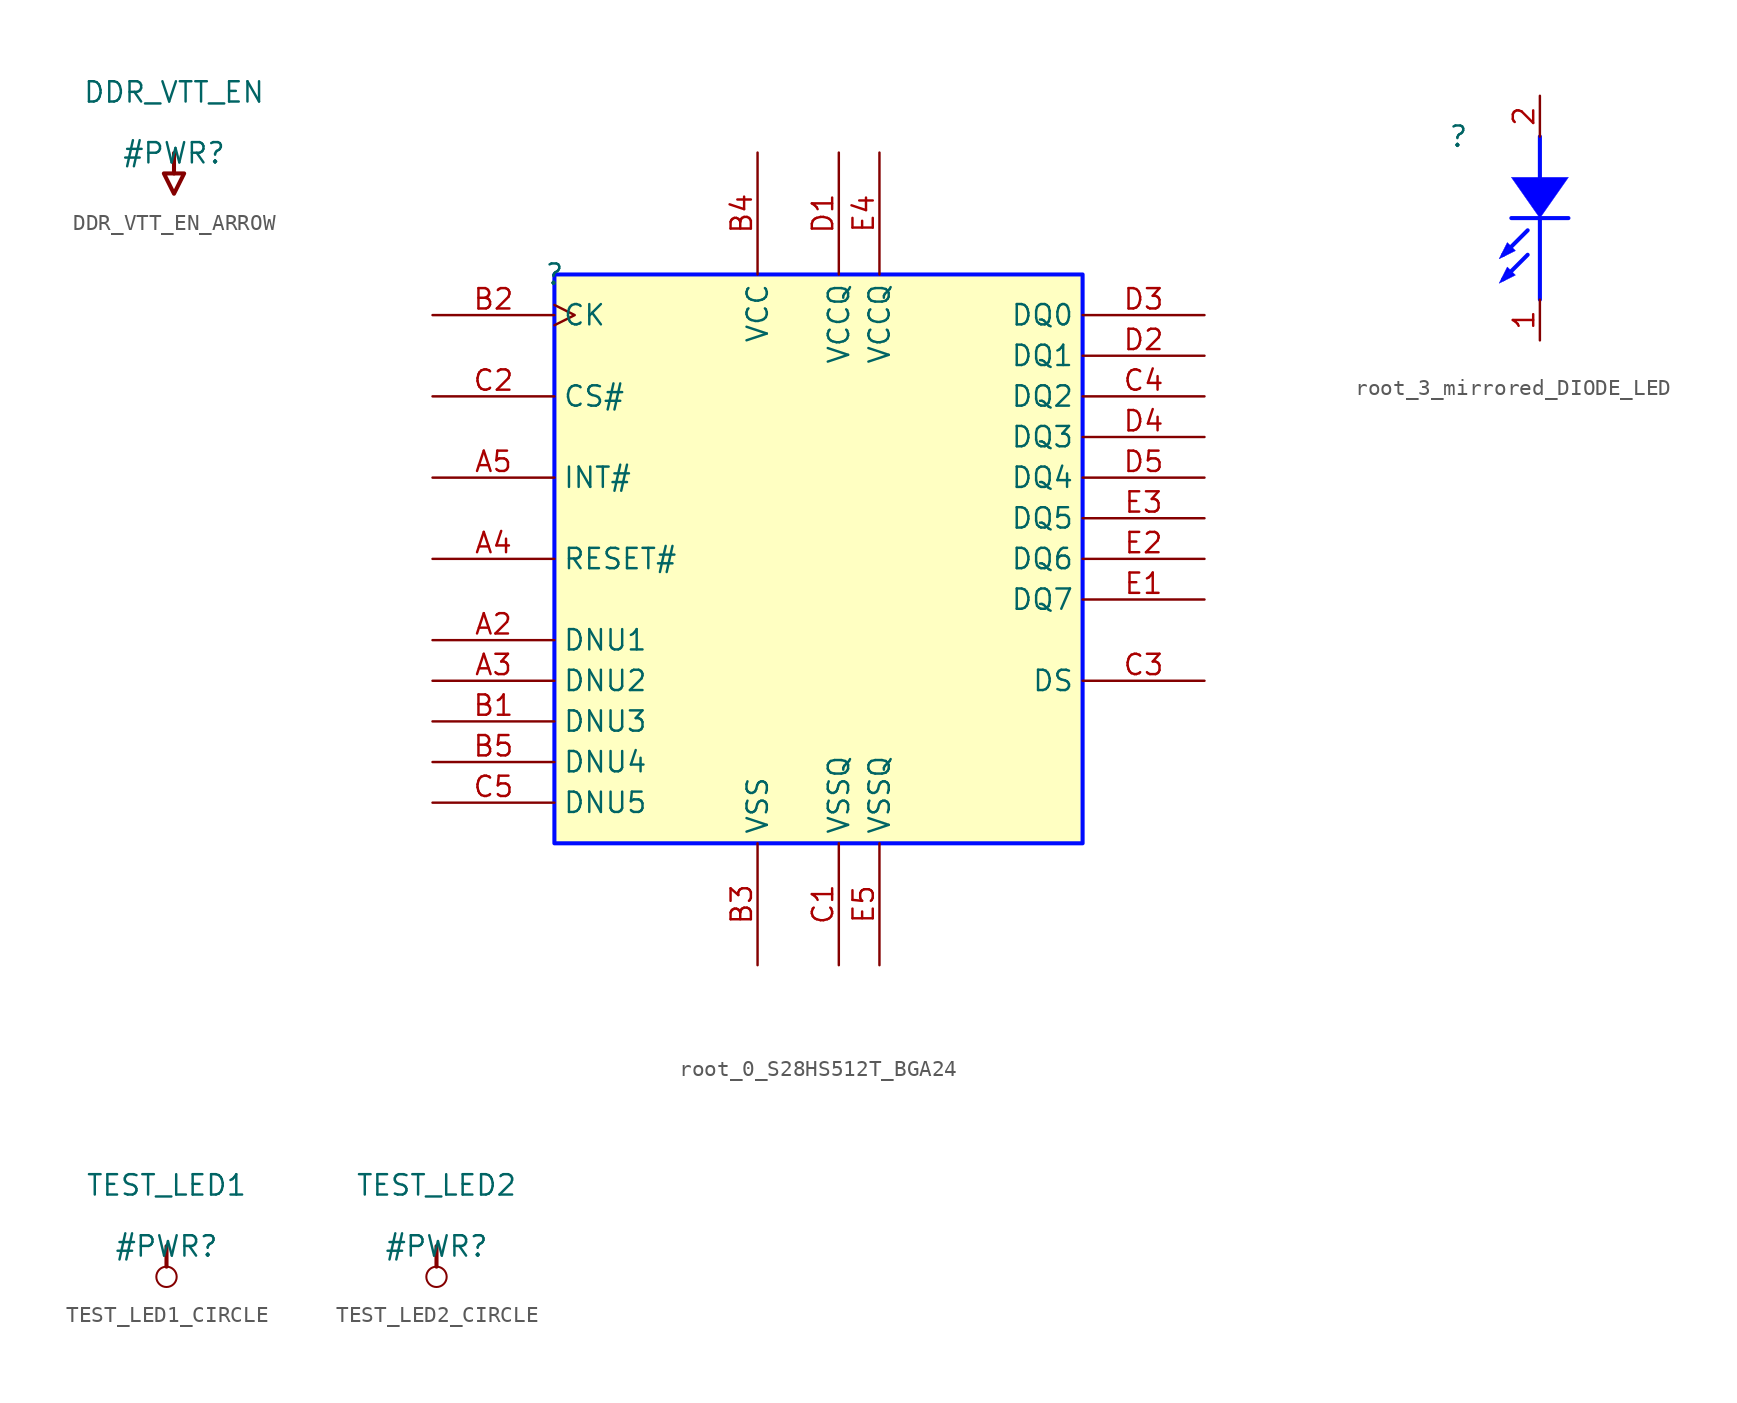
<source format=kicad_sym>
(kicad_symbol_lib
  (version 20231120)
  (generator "kicad_symbol_editor")
  (generator_version "8.0")
  (symbol "DDR_VTT_EN_ARROW"
    (power)
    (property "Reference" "#PWR"
      (at 0 0 0)
      (effects (font (size 1.27 1.27))))
    (property "Value" "DDR_VTT_EN"
      (at 0 3.81 0)
      (effects (font (size 1.27 1.27))))
    (symbol "DDR_VTT_EN_ARROW_0_0"
      (polyline (pts (xy 0 0) (xy 0 -1.27)) (stroke (width 0.254) (type solid)) (fill (type none)))
      (polyline (pts (xy -0.635 -1.27) (xy 0.635 -1.27) (xy 0 -2.54) (xy -0.635 -1.27)) (stroke (width 0.254) (type solid)) (fill (type none)))
      (pin power_in line (at 0 0 0) (length 0) hide (name "DDR_VTT_EN" (effects (font (size 1.27 1.27)))) (number "" (effects (font (size 1.27 1.27)))))))
  (symbol "root_0_S28HS512T_BGA24"
    (property "Reference" ""
      (at 0 0 0)
      (effects (font (size 1.27 1.27))))
    (property "Value" ""
      (at 0 0 0)
      (effects (font (size 1.27 1.27))))
    (symbol "root_0_S28HS512T_BGA24_1_0"
      (rectangle (start 33.02 0) (end 0 -35.56) (stroke (width 0.254) (type solid) (color 0 11 255 1)) (fill (type background)))
      (pin passive line (at -7.62 -22.86 0) (length 7.62) (name "DNU1" (effects (font (size 1.27 1.27)))) (number "A2" (effects (font (size 1.27 1.27)))))
      (pin passive line (at -7.62 -25.4 0) (length 7.62) (name "DNU2" (effects (font (size 1.27 1.27)))) (number "A3" (effects (font (size 1.27 1.27)))))
      (pin passive line (at -7.62 -17.78 0) (length 7.62) (name "RESET#" (effects (font (size 1.27 1.27)))) (number "A4" (effects (font (size 1.27 1.27)))))
      (pin passive line (at -7.62 -12.7 0) (length 7.62) (name "INT#" (effects (font (size 1.27 1.27)))) (number "A5" (effects (font (size 1.27 1.27)))))
      (pin passive line (at -7.62 -27.94 0) (length 7.62) (name "DNU3" (effects (font (size 1.27 1.27)))) (number "B1" (effects (font (size 1.27 1.27)))))
      (pin passive clock (at -7.62 -2.54 0) (length 7.62) (name "CK" (effects (font (size 1.27 1.27)))) (number "B2" (effects (font (size 1.27 1.27)))))
      (pin power_in line (at 12.7 -43.18 90) (length 7.62) (name "VSS" (effects (font (size 1.27 1.27)))) (number "B3" (effects (font (size 1.27 1.27)))))
      (pin power_in line (at 12.7 7.62 270) (length 7.62) (name "VCC" (effects (font (size 1.27 1.27)))) (number "B4" (effects (font (size 1.27 1.27)))))
      (pin passive line (at -7.62 -30.48 0) (length 7.62) (name "DNU4" (effects (font (size 1.27 1.27)))) (number "B5" (effects (font (size 1.27 1.27)))))
      (pin power_in line (at 17.78 -43.18 90) (length 7.62) (name "VSSQ" (effects (font (size 1.27 1.27)))) (number "C1" (effects (font (size 1.27 1.27)))))
      (pin passive line (at -7.62 -7.62 0) (length 7.62) (name "CS#" (effects (font (size 1.27 1.27)))) (number "C2" (effects (font (size 1.27 1.27)))))
      (pin passive line (at 40.64 -25.4 180) (length 7.62) (name "DS" (effects (font (size 1.27 1.27)))) (number "C3" (effects (font (size 1.27 1.27)))))
      (pin bidirectional line (at 40.64 -7.62 180) (length 7.62) (name "DQ2" (effects (font (size 1.27 1.27)))) (number "C4" (effects (font (size 1.27 1.27)))))
      (pin passive line (at -7.62 -33.02 0) (length 7.62) (name "DNU5" (effects (font (size 1.27 1.27)))) (number "C5" (effects (font (size 1.27 1.27)))))
      (pin power_in line (at 17.78 7.62 270) (length 7.62) (name "VCCQ" (effects (font (size 1.27 1.27)))) (number "D1" (effects (font (size 1.27 1.27)))))
      (pin bidirectional line (at 40.64 -5.08 180) (length 7.62) (name "DQ1" (effects (font (size 1.27 1.27)))) (number "D2" (effects (font (size 1.27 1.27)))))
      (pin bidirectional line (at 40.64 -2.54 180) (length 7.62) (name "DQ0" (effects (font (size 1.27 1.27)))) (number "D3" (effects (font (size 1.27 1.27)))))
      (pin bidirectional line (at 40.64 -10.16 180) (length 7.62) (name "DQ3" (effects (font (size 1.27 1.27)))) (number "D4" (effects (font (size 1.27 1.27)))))
      (pin bidirectional line (at 40.64 -12.7 180) (length 7.62) (name "DQ4" (effects (font (size 1.27 1.27)))) (number "D5" (effects (font (size 1.27 1.27)))))
      (pin bidirectional line (at 40.64 -20.32 180) (length 7.62) (name "DQ7" (effects (font (size 1.27 1.27)))) (number "E1" (effects (font (size 1.27 1.27)))))
      (pin bidirectional line (at 40.64 -17.78 180) (length 7.62) (name "DQ6" (effects (font (size 1.27 1.27)))) (number "E2" (effects (font (size 1.27 1.27)))))
      (pin bidirectional line (at 40.64 -15.24 180) (length 7.62) (name "DQ5" (effects (font (size 1.27 1.27)))) (number "E3" (effects (font (size 1.27 1.27)))))
      (pin power_in line (at 20.32 7.62 270) (length 7.62) (name "VCCQ" (effects (font (size 1.27 1.27)))) (number "E4" (effects (font (size 1.27 1.27)))))
      (pin power_in line (at 20.32 -43.18 90) (length 7.62) (name "VSSQ" (effects (font (size 1.27 1.27)))) (number "E5" (effects (font (size 1.27 1.27)))))))
  (symbol "root_3_mirrored_DIODE_LED"
    (property "Reference" ""
      (at 0 0 0)
      (effects (font (size 1.27 1.27))))
    (property "Value" ""
      (at 0 0 0)
      (effects (font (size 1.27 1.27))))
    (symbol "root_3_mirrored_DIODE_LED_1_0"
      (polyline (pts (xy 2.794 -8.89) (xy 4.318 -7.366)) (stroke (width 0.254) (type solid) (color 0 11 255 1)) (fill (type none)))
      (polyline (pts (xy 2.794 -7.366) (xy 4.318 -5.842)) (stroke (width 0.254) (type solid) (color 0 11 255 1)) (fill (type none)))
      (polyline (pts (xy 3.302 -5.08) (xy 6.858 -5.08)) (stroke (width 0.254) (type solid) (color 0 11 255 1)) (fill (type none)))
      (polyline (pts (xy 5.08 -5.08) (xy 5.08 -10.16)) (stroke (width 0.254) (type solid) (color 0 11 255 1)) (fill (type none)))
      (polyline (pts (xy 5.08 0) (xy 5.08 -2.54)) (stroke (width 0.254) (type solid) (color 0 11 255 1)) (fill (type none)))
      (polyline (pts (xy 3.048 -8.128) (xy 3.048 -8.128) (xy 2.54 -9.144) (xy 3.556 -8.636) (xy 3.048 -8.128) (xy 3.048 -8.128)) (stroke (width 0.025) (type solid) (color 0 11 255 1)) (fill (type color) (color 0 0 255 1)))
      (polyline (pts (xy 3.048 -6.604) (xy 3.048 -6.604) (xy 2.54 -7.62) (xy 3.556 -7.112) (xy 3.048 -6.604) (xy 3.048 -6.604)) (stroke (width 0.025) (type solid) (color 0 11 255 1)) (fill (type color) (color 0 0 255 1)))
      (polyline (pts (xy 5.08 -5.08) (xy 5.08 -5.08) (xy 6.858 -2.54) (xy 3.302 -2.54) (xy 5.08 -5.08) (xy 5.08 -5.08)) (stroke (width 0.025) (type solid) (color 0 11 255 1)) (fill (type color) (color 0 0 255 1)))
      (pin passive line (at 5.08 -12.7 90) (length 2.54) (name "CATHODE" (effects (font (size 0 0)))) (number "1" (effects (font (size 1.27 1.27)))))
      (pin passive line (at 5.08 2.54 270) (length 2.54) (name "ANODE" (effects (font (size 0 0)))) (number "2" (effects (font (size 1.27 1.27)))))))
  (symbol "TEST_LED1_CIRCLE"
    (power)
    (property "Reference" "#PWR"
      (at 0 0 0)
      (effects (font (size 1.27 1.27))))
    (property "Value" "TEST_LED1"
      (at 0 3.81 0)
      (effects (font (size 1.27 1.27))))
    (symbol "TEST_LED1_CIRCLE_0_0"
      (circle (center 0 -1.905) (radius 0.635) (stroke (width 0.127) (type solid)) (fill (type none)))
      (polyline (pts (xy 0 0) (xy 0 -1.27)) (stroke (width 0.254) (type solid)) (fill (type none)))
      (pin power_in line (at 0 0 0) (length 0) hide (name "TEST_LED1" (effects (font (size 1.27 1.27)))) (number "" (effects (font (size 1.27 1.27)))))))
  (symbol "TEST_LED2_CIRCLE"
    (power)
    (property "Reference" "#PWR"
      (at 0 0 0)
      (effects (font (size 1.27 1.27))))
    (property "Value" "TEST_LED2"
      (at 0 3.81 0)
      (effects (font (size 1.27 1.27))))
    (symbol "TEST_LED2_CIRCLE_0_0"
      (circle (center 0 -1.905) (radius 0.635) (stroke (width 0.127) (type solid)) (fill (type none)))
      (polyline (pts (xy 0 0) (xy 0 -1.27)) (stroke (width 0.254) (type solid)) (fill (type none)))
      (pin power_in line (at 0 0 0) (length 0) hide (name "TEST_LED2" (effects (font (size 1.27 1.27)))) (number "" (effects (font (size 1.27 1.27))))))))
</source>
